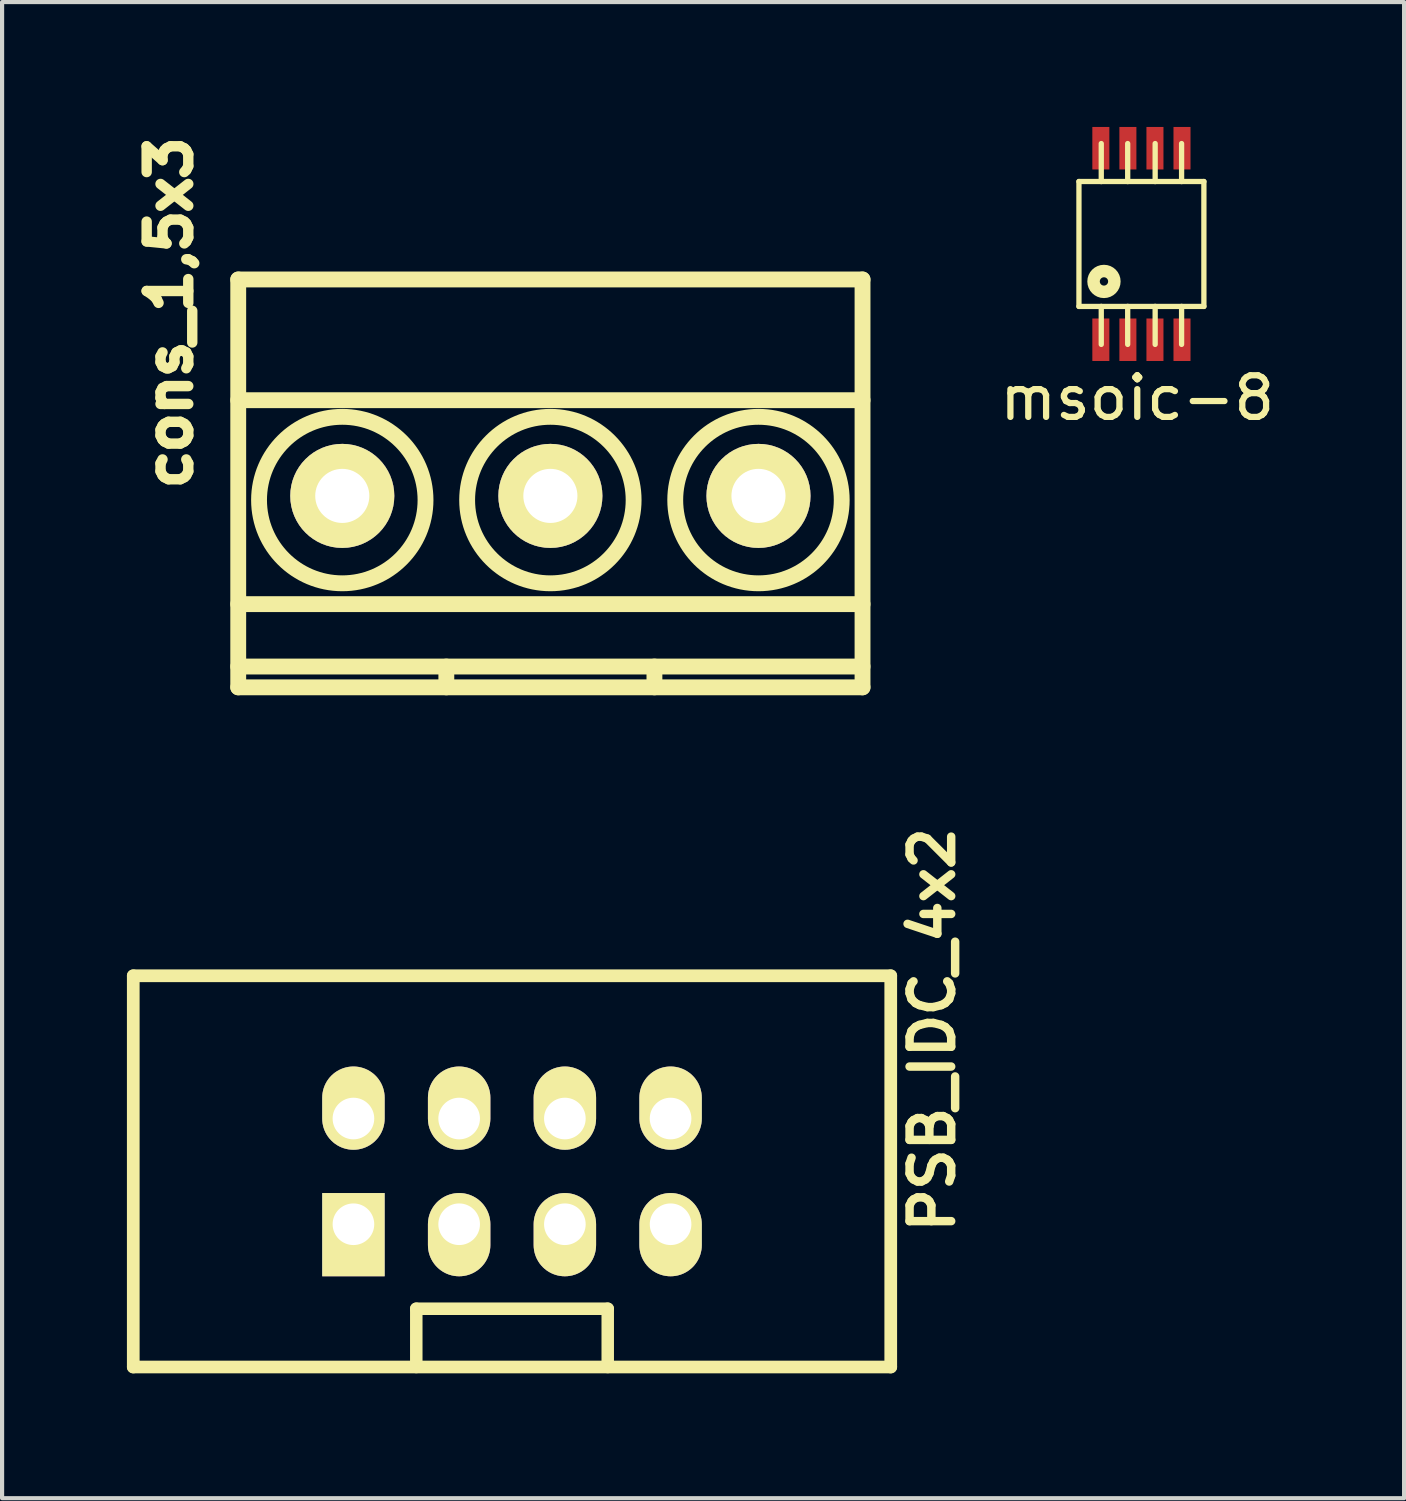
<source format=kicad_pcb>
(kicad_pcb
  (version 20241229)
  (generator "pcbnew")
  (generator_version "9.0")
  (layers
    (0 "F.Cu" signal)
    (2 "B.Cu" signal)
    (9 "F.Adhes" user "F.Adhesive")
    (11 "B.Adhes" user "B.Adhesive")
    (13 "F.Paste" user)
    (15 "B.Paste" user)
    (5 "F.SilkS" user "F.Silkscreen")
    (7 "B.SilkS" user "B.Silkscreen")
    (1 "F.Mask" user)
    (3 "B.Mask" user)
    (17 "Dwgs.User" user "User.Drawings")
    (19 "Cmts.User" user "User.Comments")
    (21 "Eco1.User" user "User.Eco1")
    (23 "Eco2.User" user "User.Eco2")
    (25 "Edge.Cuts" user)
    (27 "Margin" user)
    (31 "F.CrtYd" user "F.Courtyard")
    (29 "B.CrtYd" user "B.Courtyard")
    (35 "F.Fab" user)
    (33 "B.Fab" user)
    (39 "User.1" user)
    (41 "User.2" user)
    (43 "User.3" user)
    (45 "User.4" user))
  (footprint "msoic-8"
    (layer "F.Cu")
    (at 24.375 2.812)
    (property "Reference" "msoic-8" (at -0.1 3.7 0) (layer "F.SilkS") (effects (font (size 1 1) (thickness 0.15))))
    (attr through_hole)
    (fp_line (start -1.501 -1.501) (end -1.501 1.501) (stroke (width 0.127) (type solid)) (layer "F.SilkS"))
    (fp_line (start -1.501 1.501) (end 1.501 1.501) (stroke (width 0.127) (type solid)) (layer "F.SilkS"))
    (fp_line (start -0.965 -1.499) (end -0.965 -2.413) (stroke (width 0.127) (type solid)) (layer "F.SilkS"))
    (fp_line (start -0.965 1.499) (end -0.965 2.413) (stroke (width 0.127) (type solid)) (layer "F.SilkS"))
    (fp_line (start -0.33 -1.499) (end -0.33 -2.413) (stroke (width 0.127) (type solid)) (layer "F.SilkS"))
    (fp_line (start -0.33 1.499) (end -0.33 2.413) (stroke (width 0.127) (type solid)) (layer "F.SilkS"))
    (fp_line (start 0.33 -1.499) (end 0.33 -2.413) (stroke (width 0.127) (type solid)) (layer "F.SilkS"))
    (fp_line (start 0.33 1.499) (end 0.33 2.413) (stroke (width 0.127) (type solid)) (layer "F.SilkS"))
    (fp_line (start 0.965 -1.499) (end 0.965 -2.413) (stroke (width 0.127) (type solid)) (layer "F.SilkS"))
    (fp_line (start 0.965 1.499) (end 0.965 2.413) (stroke (width 0.127) (type solid)) (layer "F.SilkS"))
    (fp_line (start 1.501 -1.501) (end -1.501 -1.501) (stroke (width 0.127) (type solid)) (layer "F.SilkS"))
    (fp_line (start 1.501 1.501) (end 1.501 -1.501) (stroke (width 0.127) (type solid)) (layer "F.SilkS"))
    (fp_circle (center -0.9 0.9) (end -1.1 0.9) (stroke (width 0.127) (type solid)) (fill no) (layer "F.SilkS"))
    (fp_circle (center -0.9 0.9) (end -1 0.9) (stroke (width 0.3) (type solid)) (fill no) (layer "F.SilkS"))
    (fp_circle (center -0.899 0.902) (end -1.1 1.1) (stroke (width 0.127) (type solid)) (fill no) (layer "F.SilkS"))
    (pad "1" smd rect (at -0.975 2.301) (size 0.409 1.021) (layers "F.Cu" "F.Mask" "F.Paste"))
    (pad "2" smd rect (at -0.325 2.301) (size 0.409 1.021) (layers "F.Cu" "F.Mask" "F.Paste"))
    (pad "3" smd rect (at 0.325 2.301) (size 0.409 1.021) (layers "F.Cu" "F.Mask" "F.Paste"))
    (pad "4" smd rect (at 0.975 2.301) (size 0.409 1.021) (layers "F.Cu" "F.Mask" "F.Paste"))
    (pad "5" smd rect (at 0.975 -2.301) (size 0.409 1.021) (layers "F.Cu" "F.Mask" "F.Paste"))
    (pad "6" smd rect (at 0.325 -2.301) (size 0.409 1.021) (layers "F.Cu" "F.Mask" "F.Paste"))
    (pad "7" smd rect (at -0.325 -2.301) (size 0.409 1.021) (layers "F.Cu" "F.Mask" "F.Paste"))
    (pad "8" smd rect (at -0.975 -2.301) (size 0.409 1.021) (layers "F.Cu" "F.Mask" "F.Paste")))
  (footprint "PSB_IDC_4x2"
    (layer "F.Cu")
    (at 9.252 25.095)
    (property "Reference" "PSB_IDC_4x2" (at 10.1 -3.4 90) (layer "F.SilkS") (effects (font (size 1 1) (thickness 0.203))))
    (attr through_hole)
    (fp_line (start -9.1 -4.7) (end -9.1 4.7) (stroke (width 0.305) (type solid)) (layer "F.SilkS"))
    (fp_line (start -9.1 4.7) (end 9.1 4.7) (stroke (width 0.305) (type solid)) (layer "F.SilkS"))
    (fp_line (start -2.3 3.3) (end -2.3 4.7) (stroke (width 0.3) (type solid)) (layer "F.SilkS"))
    (fp_line (start 2.3 3.3) (end -2.3 3.3) (stroke (width 0.3) (type solid)) (layer "F.SilkS"))
    (fp_line (start 2.3 4.7) (end 2.3 3.3) (stroke (width 0.3) (type solid)) (layer "F.SilkS"))
    (fp_line (start 9.1 -4.7) (end -9.1 -4.7) (stroke (width 0.305) (type solid)) (layer "F.SilkS"))
    (fp_line (start 9.1 -4.7) (end 9.1 4.7) (stroke (width 0.305) (type solid)) (layer "F.SilkS"))
    (pad "1" thru_hole rect (at -3.81 1.27) (size 1.5 2) (drill 1 (offset 0 0.25)) (layers "*.Cu" "*.Mask" "F.SilkS"))
    (pad "2" thru_hole oval (at -3.81 -1.27) (size 1.5 2) (drill 1 (offset 0 -0.25)) (layers "*.Cu" "*.Mask" "F.SilkS"))
    (pad "3" thru_hole oval (at -1.27 1.27) (size 1.5 2) (drill 1 (offset 0 0.25)) (layers "*.Cu" "*.Mask" "F.SilkS"))
    (pad "4" thru_hole oval (at -1.27 -1.27) (size 1.5 2) (drill 1 (offset 0 -0.25)) (layers "*.Cu" "*.Mask" "F.SilkS"))
    (pad "5" thru_hole oval (at 1.27 1.27) (size 1.5 2) (drill 1 (offset 0 0.25)) (layers "*.Cu" "*.Mask" "F.SilkS"))
    (pad "6" thru_hole oval (at 1.27 -1.27) (size 1.5 2) (drill 1 (offset 0 -0.25)) (layers "*.Cu" "*.Mask" "F.SilkS"))
    (pad "7" thru_hole oval (at 3.81 1.27) (size 1.5 2) (drill 1 (offset 0 0.25)) (layers "*.Cu" "*.Mask" "F.SilkS"))
    (pad "8" thru_hole oval (at 3.81 -1.27) (size 1.5 2) (drill 1 (offset 0 -0.25)) (layers "*.Cu" "*.Mask" "F.SilkS")))
  (footprint "cons_1,5x3"
    (layer "F.Cu")
    (at 10.174 8.865)
    (property "Reference" "cons_1,5x3" (at -9.15 -4.4 90) (layer "F.SilkS") (effects (font (size 1 1) (thickness 0.25))))
    (attr through_hole)
    (fp_line (start -7.5 -5.2) (end -7.5 4.6) (stroke (width 0.381) (type solid)) (layer "F.SilkS"))
    (fp_line (start -7.5 -2.3) (end 7.5 -2.3) (stroke (width 0.381) (type solid)) (layer "F.SilkS"))
    (fp_line (start -7.5 2.6) (end 7.5 2.6) (stroke (width 0.381) (type solid)) (layer "F.SilkS"))
    (fp_line (start -7.5 4.1) (end 7.5 4.1) (stroke (width 0.381) (type solid)) (layer "F.SilkS"))
    (fp_line (start -7.5 4.6) (end 7.5 4.6) (stroke (width 0.381) (type solid)) (layer "F.SilkS"))
    (fp_line (start -2.5 4.1) (end -2.5 4.6) (stroke (width 0.381) (type solid)) (layer "F.SilkS"))
    (fp_line (start 2.5 4.1) (end 2.5 4.6) (stroke (width 0.381) (type solid)) (layer "F.SilkS"))
    (fp_line (start 7.5 -5.2) (end -7.5 -5.2) (stroke (width 0.381) (type solid)) (layer "F.SilkS"))
    (fp_line (start 7.5 4.6) (end 7.5 -5.2) (stroke (width 0.381) (type solid)) (layer "F.SilkS"))
    (fp_circle (center -5 0.1) (end -3 0.1) (stroke (width 0.381) (type solid)) (fill no) (layer "F.SilkS"))
    (fp_circle (center 0 0.1) (end -2 0.1) (stroke (width 0.381) (type solid)) (fill no) (layer "F.SilkS"))
    (fp_circle (center 5 0.1) (end 3 0.1) (stroke (width 0.381) (type solid)) (fill no) (layer "F.SilkS"))
    (pad "1" thru_hole circle (at -5 0) (size 2.5 2.5) (drill 1.3) (layers "*.Cu" "*.Mask" "F.SilkS"))
    (pad "2" thru_hole circle (at 0 0) (size 2.5 2.5) (drill 1.3) (layers "*.Cu" "*.Mask" "F.SilkS"))
    (pad "3" thru_hole circle (at 5 0) (size 2.5 2.5) (drill 1.3) (layers "*.Cu" "*.Mask" "F.SilkS")))
  (gr_rect
    (start -3 -3)
    (end 30.686 32.947)
    (stroke (width 0.1) (type default))
    (fill no)
    (layer "Edge.Cuts")))
</source>
